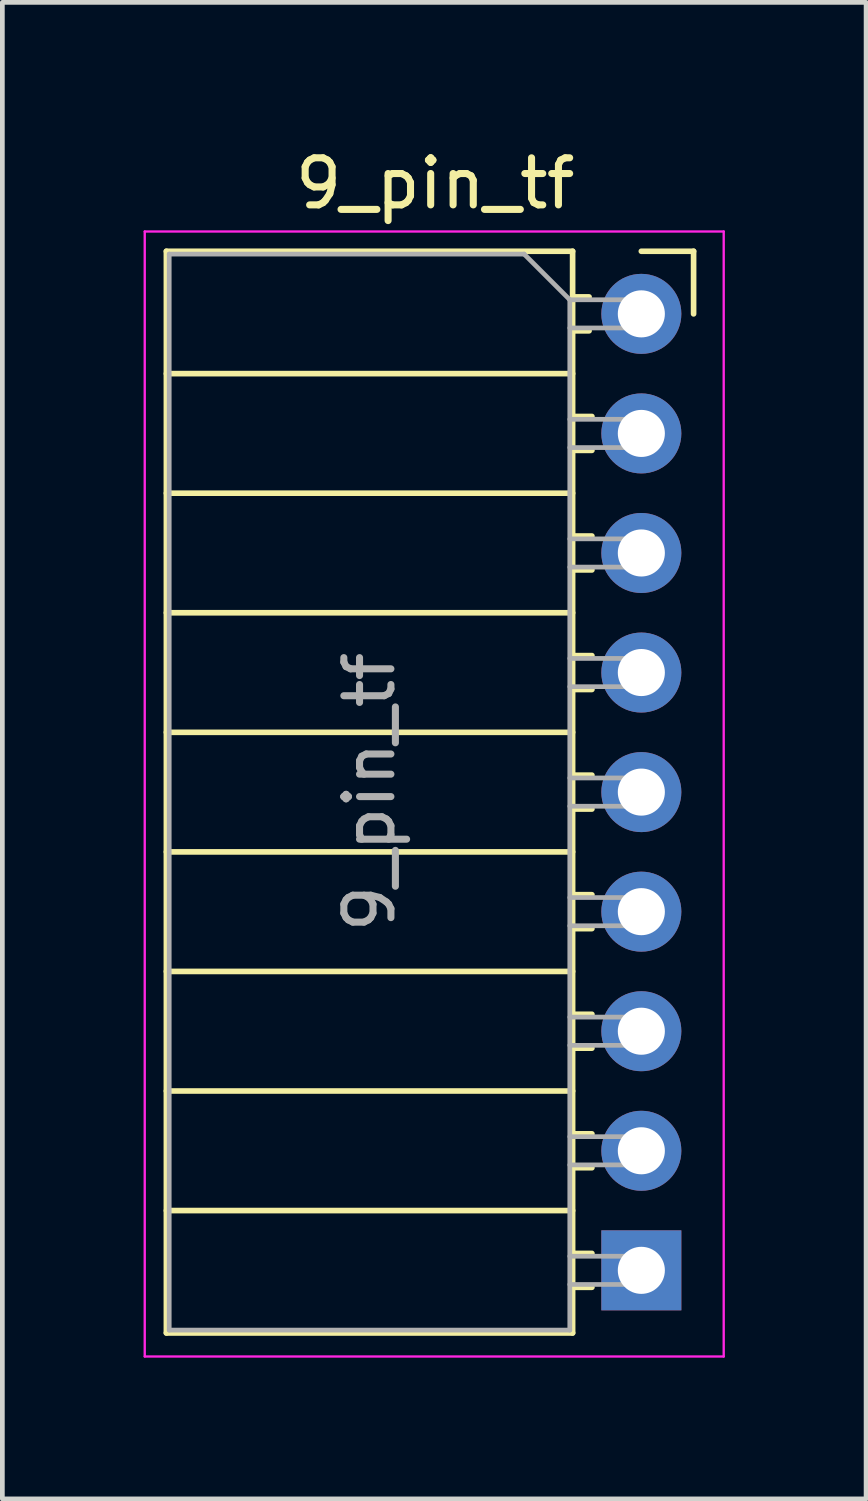
<source format=kicad_pcb>
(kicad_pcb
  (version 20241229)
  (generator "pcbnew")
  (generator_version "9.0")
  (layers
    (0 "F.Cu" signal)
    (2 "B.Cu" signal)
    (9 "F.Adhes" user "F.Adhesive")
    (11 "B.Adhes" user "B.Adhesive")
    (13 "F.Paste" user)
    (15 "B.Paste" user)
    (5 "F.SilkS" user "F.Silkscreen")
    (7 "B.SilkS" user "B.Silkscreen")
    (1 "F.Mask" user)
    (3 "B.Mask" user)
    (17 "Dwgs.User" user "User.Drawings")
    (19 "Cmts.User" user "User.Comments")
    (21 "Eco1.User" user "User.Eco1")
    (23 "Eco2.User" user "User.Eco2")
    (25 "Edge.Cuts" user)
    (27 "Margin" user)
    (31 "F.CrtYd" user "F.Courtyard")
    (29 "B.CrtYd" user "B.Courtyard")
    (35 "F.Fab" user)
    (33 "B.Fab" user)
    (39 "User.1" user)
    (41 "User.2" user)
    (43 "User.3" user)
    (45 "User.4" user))
  (footprint "9_pin_tf"
    (layer "F.Cu")
    (at 10.575 3.618)
    (property "Reference" "9_pin_tf" (at -4.38 -2.77 0) (layer "F.SilkS") (effects (font (size 1 1) (thickness 0.15))))
    (attr through_hole)
    (fp_line (start -10.09 -1.33) (end -10.09 21.65) (stroke (width 0.12) (type solid)) (layer "F.SilkS"))
    (fp_line (start -10.09 -1.33) (end -1.46 -1.33) (stroke (width 0.12) (type solid)) (layer "F.SilkS"))
    (fp_line (start -10.09 1.27) (end -1.46 1.27) (stroke (width 0.12) (type solid)) (layer "F.SilkS"))
    (fp_line (start -10.09 3.81) (end -1.46 3.81) (stroke (width 0.12) (type solid)) (layer "F.SilkS"))
    (fp_line (start -10.09 6.35) (end -1.46 6.35) (stroke (width 0.12) (type solid)) (layer "F.SilkS"))
    (fp_line (start -10.09 8.89) (end -1.46 8.89) (stroke (width 0.12) (type solid)) (layer "F.SilkS"))
    (fp_line (start -10.09 11.43) (end -1.46 11.43) (stroke (width 0.12) (type solid)) (layer "F.SilkS"))
    (fp_line (start -10.09 13.97) (end -1.46 13.97) (stroke (width 0.12) (type solid)) (layer "F.SilkS"))
    (fp_line (start -10.09 16.51) (end -1.46 16.51) (stroke (width 0.12) (type solid)) (layer "F.SilkS"))
    (fp_line (start -10.09 19.05) (end -1.46 19.05) (stroke (width 0.12) (type solid)) (layer "F.SilkS"))
    (fp_line (start -10.09 21.65) (end -1.46 21.65) (stroke (width 0.12) (type solid)) (layer "F.SilkS"))
    (fp_line (start -1.46 -1.33) (end -1.46 21.65) (stroke (width 0.12) (type solid)) (layer "F.SilkS"))
    (fp_line (start -1.46 -0.36) (end -1.11 -0.36) (stroke (width 0.12) (type solid)) (layer "F.SilkS"))
    (fp_line (start -1.46 0.36) (end -1.11 0.36) (stroke (width 0.12) (type solid)) (layer "F.SilkS"))
    (fp_line (start -1.46 2.18) (end -1.05 2.18) (stroke (width 0.12) (type solid)) (layer "F.SilkS"))
    (fp_line (start -1.46 2.9) (end -1.05 2.9) (stroke (width 0.12) (type solid)) (layer "F.SilkS"))
    (fp_line (start -1.46 4.72) (end -1.05 4.72) (stroke (width 0.12) (type solid)) (layer "F.SilkS"))
    (fp_line (start -1.46 5.44) (end -1.05 5.44) (stroke (width 0.12) (type solid)) (layer "F.SilkS"))
    (fp_line (start -1.46 7.26) (end -1.05 7.26) (stroke (width 0.12) (type solid)) (layer "F.SilkS"))
    (fp_line (start -1.46 7.98) (end -1.05 7.98) (stroke (width 0.12) (type solid)) (layer "F.SilkS"))
    (fp_line (start -1.46 9.8) (end -1.05 9.8) (stroke (width 0.12) (type solid)) (layer "F.SilkS"))
    (fp_line (start -1.46 10.52) (end -1.05 10.52) (stroke (width 0.12) (type solid)) (layer "F.SilkS"))
    (fp_line (start -1.46 12.34) (end -1.05 12.34) (stroke (width 0.12) (type solid)) (layer "F.SilkS"))
    (fp_line (start -1.46 13.06) (end -1.05 13.06) (stroke (width 0.12) (type solid)) (layer "F.SilkS"))
    (fp_line (start -1.46 14.88) (end -1.05 14.88) (stroke (width 0.12) (type solid)) (layer "F.SilkS"))
    (fp_line (start -1.46 15.6) (end -1.05 15.6) (stroke (width 0.12) (type solid)) (layer "F.SilkS"))
    (fp_line (start -1.46 17.42) (end -1.05 17.42) (stroke (width 0.12) (type solid)) (layer "F.SilkS"))
    (fp_line (start -1.46 18.14) (end -1.05 18.14) (stroke (width 0.12) (type solid)) (layer "F.SilkS"))
    (fp_line (start -1.46 19.96) (end -1.05 19.96) (stroke (width 0.12) (type solid)) (layer "F.SilkS"))
    (fp_line (start -1.46 20.68) (end -1.05 20.68) (stroke (width 0.12) (type solid)) (layer "F.SilkS"))
    (fp_line (start 0 -1.33) (end 1.11 -1.33) (stroke (width 0.12) (type solid)) (layer "F.SilkS"))
    (fp_line (start 1.11 -1.33) (end 1.11 0) (stroke (width 0.12) (type solid)) (layer "F.SilkS"))
    (fp_line (start -10.55 -1.75) (end -10.55 22.15) (stroke (width 0.05) (type solid)) (layer "F.CrtYd"))
    (fp_line (start -10.55 22.15) (end 1.75 22.15) (stroke (width 0.05) (type solid)) (layer "F.CrtYd"))
    (fp_line (start 1.75 -1.75) (end -10.55 -1.75) (stroke (width 0.05) (type solid)) (layer "F.CrtYd"))
    (fp_line (start 1.75 22.15) (end 1.75 -1.75) (stroke (width 0.05) (type solid)) (layer "F.CrtYd"))
    (fp_line (start -10.03 -1.27) (end -2.49 -1.27) (stroke (width 0.1) (type solid)) (layer "F.Fab"))
    (fp_line (start -10.03 21.59) (end -10.03 -1.27) (stroke (width 0.1) (type solid)) (layer "F.Fab"))
    (fp_line (start -2.49 -1.27) (end -1.52 -0.3) (stroke (width 0.1) (type solid)) (layer "F.Fab"))
    (fp_line (start -1.52 -0.3) (end -1.52 21.59) (stroke (width 0.1) (type solid)) (layer "F.Fab"))
    (fp_line (start -1.52 0.3) (end 0 0.3) (stroke (width 0.1) (type solid)) (layer "F.Fab"))
    (fp_line (start -1.52 2.84) (end 0 2.84) (stroke (width 0.1) (type solid)) (layer "F.Fab"))
    (fp_line (start -1.52 5.38) (end 0 5.38) (stroke (width 0.1) (type solid)) (layer "F.Fab"))
    (fp_line (start -1.52 7.92) (end 0 7.92) (stroke (width 0.1) (type solid)) (layer "F.Fab"))
    (fp_line (start -1.52 10.46) (end 0 10.46) (stroke (width 0.1) (type solid)) (layer "F.Fab"))
    (fp_line (start -1.52 13) (end 0 13) (stroke (width 0.1) (type solid)) (layer "F.Fab"))
    (fp_line (start -1.52 15.54) (end 0 15.54) (stroke (width 0.1) (type solid)) (layer "F.Fab"))
    (fp_line (start -1.52 18.08) (end 0 18.08) (stroke (width 0.1) (type solid)) (layer "F.Fab"))
    (fp_line (start -1.52 20.62) (end 0 20.62) (stroke (width 0.1) (type solid)) (layer "F.Fab"))
    (fp_line (start -1.52 21.59) (end -10.03 21.59) (stroke (width 0.1) (type solid)) (layer "F.Fab"))
    (fp_line (start 0 -0.3) (end -1.52 -0.3) (stroke (width 0.1) (type solid)) (layer "F.Fab"))
    (fp_line (start 0 0.3) (end 0 -0.3) (stroke (width 0.1) (type solid)) (layer "F.Fab"))
    (fp_line (start 0 2.24) (end -1.52 2.24) (stroke (width 0.1) (type solid)) (layer "F.Fab"))
    (fp_line (start 0 2.84) (end 0 2.24) (stroke (width 0.1) (type solid)) (layer "F.Fab"))
    (fp_line (start 0 4.78) (end -1.52 4.78) (stroke (width 0.1) (type solid)) (layer "F.Fab"))
    (fp_line (start 0 5.38) (end 0 4.78) (stroke (width 0.1) (type solid)) (layer "F.Fab"))
    (fp_line (start 0 7.32) (end -1.52 7.32) (stroke (width 0.1) (type solid)) (layer "F.Fab"))
    (fp_line (start 0 7.92) (end 0 7.32) (stroke (width 0.1) (type solid)) (layer "F.Fab"))
    (fp_line (start 0 9.86) (end -1.52 9.86) (stroke (width 0.1) (type solid)) (layer "F.Fab"))
    (fp_line (start 0 10.46) (end 0 9.86) (stroke (width 0.1) (type solid)) (layer "F.Fab"))
    (fp_line (start 0 12.4) (end -1.52 12.4) (stroke (width 0.1) (type solid)) (layer "F.Fab"))
    (fp_line (start 0 13) (end 0 12.4) (stroke (width 0.1) (type solid)) (layer "F.Fab"))
    (fp_line (start 0 14.94) (end -1.52 14.94) (stroke (width 0.1) (type solid)) (layer "F.Fab"))
    (fp_line (start 0 15.54) (end 0 14.94) (stroke (width 0.1) (type solid)) (layer "F.Fab"))
    (fp_line (start 0 17.48) (end -1.52 17.48) (stroke (width 0.1) (type solid)) (layer "F.Fab"))
    (fp_line (start 0 18.08) (end 0 17.48) (stroke (width 0.1) (type solid)) (layer "F.Fab"))
    (fp_line (start 0 20.02) (end -1.52 20.02) (stroke (width 0.1) (type solid)) (layer "F.Fab"))
    (fp_line (start 0 20.62) (end 0 20.02) (stroke (width 0.1) (type solid)) (layer "F.Fab"))
    (fp_text user "${REFERENCE}" (at -5.775 10.16 90) (layer "F.Fab") (effects (font (size 1 1) (thickness 0.15))))
    (pad "1" thru_hole rect (at 0 20.32) (size 1.7 1.7) (drill 1) (layers "*.Cu" "*.Mask"))
    (pad "2" thru_hole oval (at 0 17.78) (size 1.7 1.7) (drill 1) (layers "*.Cu" "*.Mask"))
    (pad "3" thru_hole oval (at 0 15.24) (size 1.7 1.7) (drill 1) (layers "*.Cu" "*.Mask"))
    (pad "4" thru_hole oval (at 0 12.7) (size 1.7 1.7) (drill 1) (layers "*.Cu" "*.Mask"))
    (pad "5" thru_hole oval (at 0 10.16) (size 1.7 1.7) (drill 1) (layers "*.Cu" "*.Mask"))
    (pad "6" thru_hole oval (at 0 7.62) (size 1.7 1.7) (drill 1) (layers "*.Cu" "*.Mask"))
    (pad "7" thru_hole oval (at 0 5.08) (size 1.7 1.7) (drill 1) (layers "*.Cu" "*.Mask"))
    (pad "8" thru_hole oval (at 0 2.54) (size 1.7 1.7) (drill 1) (layers "*.Cu" "*.Mask"))
    (pad "9" thru_hole oval (at 0 0) (size 1.7 1.7) (drill 1) (layers "*.Cu" "*.Mask")))
  (gr_rect
    (start -3 -3)
    (end 15.35 28.793)
    (stroke (width 0.1) (type default))
    (fill no)
    (layer "Edge.Cuts")))
</source>
